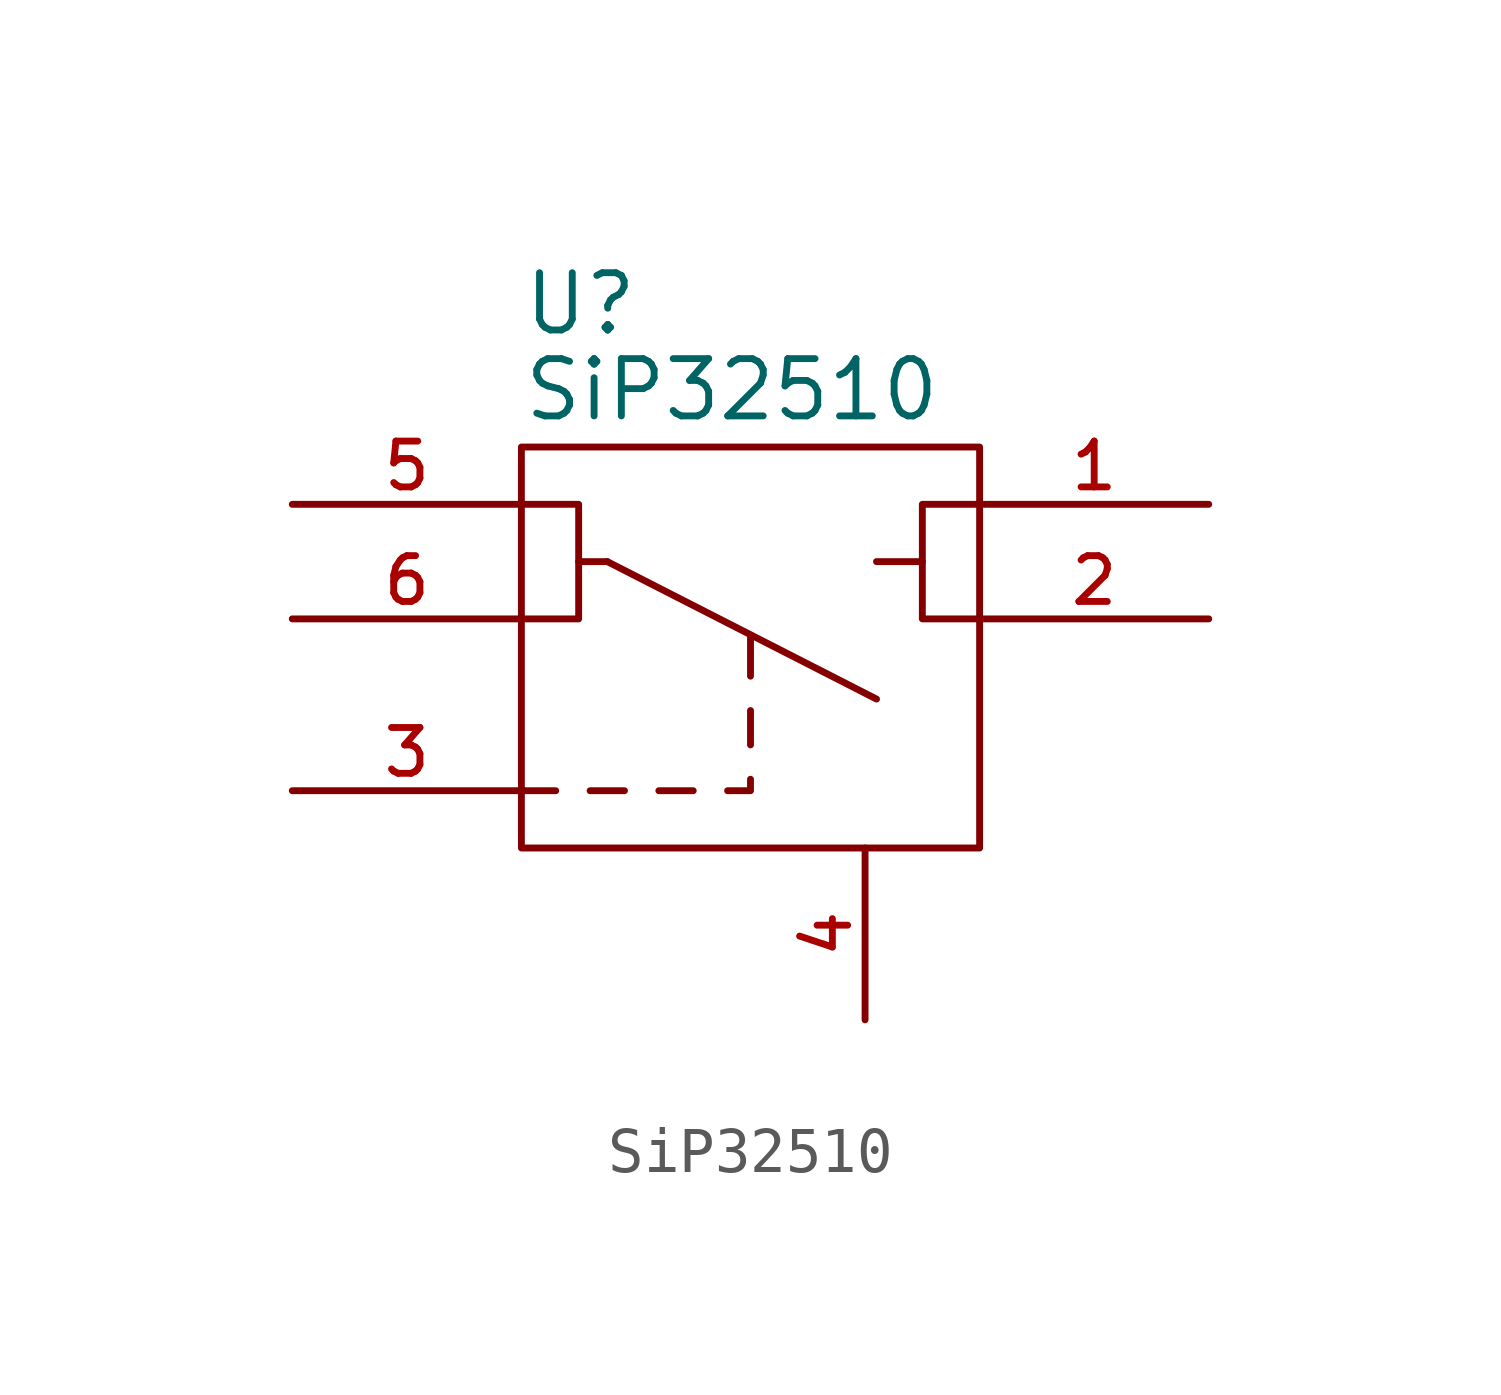
<source format=kicad_sym>
(kicad_symbol_lib
  (version 20211014)
  (generator kicad_symbol_editor)
  (symbol "SiP32510"
    (property "Reference" "U"
      (at -5.08 9.525 0)
      (effects (font (size 1.27 1.27)) (justify left)))
    (property "Value" "SiP32510"
      (at -5.08 7.62 0)
      (effects (font (size 1.27 1.27)) (justify left)))
    (symbol "SiP32510_0_1"
      (rectangle (start -5.08 6.35) (end 5.08 -2.54) (stroke (width 0) (type default) (color 0 0 0 0)) (fill (type none)))
      (polyline (pts (xy -5.08 -1.27) (xy -4.318 -1.27)) (stroke (width 0) (type default) (color 0 0 0 0)) (fill (type none)))
      (polyline (pts (xy -3.556 -1.27) (xy -2.794 -1.27)) (stroke (width 0) (type default) (color 0 0 0 0)) (fill (type none)))
      (polyline (pts (xy -3.175 3.81) (xy -3.81 3.81)) (stroke (width 0) (type default) (color 0 0 0 0)) (fill (type none)))
      (polyline (pts (xy -3.175 3.81) (xy 2.794 0.762)) (stroke (width 0) (type default) (color 0 0 0 0)) (fill (type none)))
      (polyline (pts (xy -2.032 -1.27) (xy -1.27 -1.27)) (stroke (width 0) (type default) (color 0 0 0 0)) (fill (type none)))
      (polyline (pts (xy 0 -0.254) (xy 0 0.508)) (stroke (width 0) (type default) (color 0 0 0 0)) (fill (type none)))
      (polyline (pts (xy 0 1.27) (xy 0 2.159)) (stroke (width 0) (type default) (color 0 0 0 0)) (fill (type none)))
      (polyline (pts (xy 3.81 3.81) (xy 2.794 3.81)) (stroke (width 0) (type default) (color 0 0 0 0)) (fill (type none)))
      (polyline (pts (xy -0.508 -1.27) (xy 0 -1.27) (xy 0 -1.016)) (stroke (width 0) (type default) (color 0 0 0 0)) (fill (type none)))
      (polyline (pts (xy -5.08 5.08) (xy -3.81 5.08) (xy -3.81 2.54) (xy -5.08 2.54)) (stroke (width 0) (type default) (color 0 0 0 0)) (fill (type none)))
      (polyline (pts (xy 5.08 5.08) (xy 3.81 5.08) (xy 3.81 2.54) (xy 5.08 2.54)) (stroke (width 0) (type default) (color 0 0 0 0)) (fill (type none))))
    (symbol "SiP32510_1_1"
      (pin power_out line (at 10.16 5.08 180) (length 5.08) (name "~" (effects (font (size 1.016 1.016)))) (number "1" (effects (font (size 1.016 1.016)))))
      (pin passive line (at 10.16 2.54 180) (length 5.08) (name "~" (effects (font (size 1.016 1.016)))) (number "2" (effects (font (size 1.016 1.016)))))
      (pin input line (at -10.16 -1.27 0) (length 5.08) (name "~" (effects (font (size 1.016 1.016)))) (number "3" (effects (font (size 1.016 1.016)))))
      (pin power_in line (at 2.54 -6.35 90) (length 3.81) (name "~" (effects (font (size 1.016 1.016)))) (number "4" (effects (font (size 1.016 1.016)))))
      (pin power_in line (at -10.16 5.08 0) (length 5.08) (name "~" (effects (font (size 1.016 1.016)))) (number "5" (effects (font (size 1.016 1.016)))))
      (pin power_in line (at -10.16 2.54 0) (length 5.08) (name "~" (effects (font (size 1.016 1.016)))) (number "6" (effects (font (size 1.016 1.016))))))))
</source>
